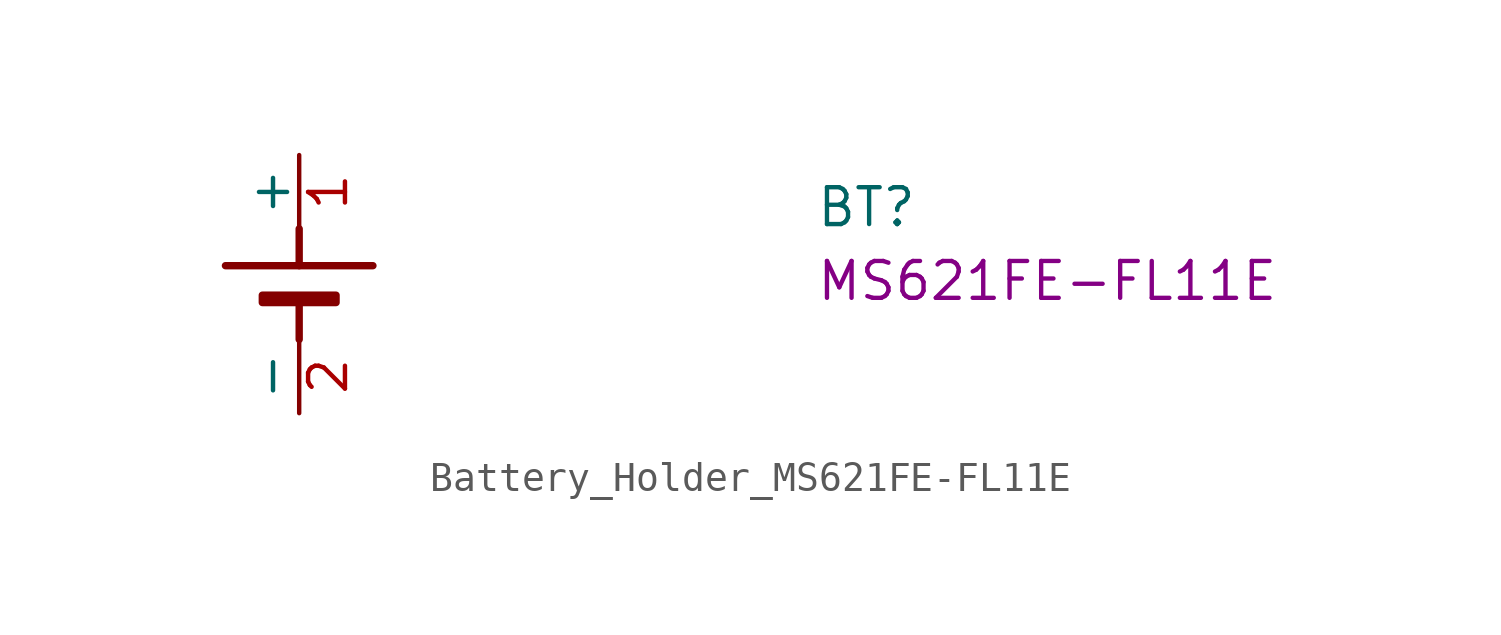
<source format=kicad_sym>
(kicad_symbol_lib
  (version 20220914)
  (generator kicad_symbol_editor)
  (symbol "Battery_Holder_MS621FE-FL11E"
    (pin_names
      (offset 0))
    (property "Reference" "BT"
      (at 17.78 -2.54 0)
      (effects (font (size 1.27 1.27) (thickness 0.15)) (justify left bottom)))
    (property "MPN" "MS621FE-FL11E"
      (at 17.78 -5.08 0)
      (effects (font (size 1.27 1.27) (thickness 0.15)) (justify left bottom)))
    (symbol "Battery_Holder_MS621FE-FL11E_0_1"
      (rectangle (start -1.27 -5.08) (end 1.27 -4.826) (stroke (width 0.254) (type default)) (fill (type outline)))
      (polyline (pts (xy 0 -2.54) (xy 0 -3.81)) (stroke (width 0.254) (type default)) (fill (type none))))
    (symbol "Battery_Holder_MS621FE-FL11E_1_1"
      (polyline (pts (xy -2.54 -3.81) (xy 2.54 -3.81)) (stroke (width 0.254) (type default)) (fill (type background)))
      (polyline (pts (xy 0 -6.35) (xy 0 -5.08)) (stroke (width 0.254) (type default)) (fill (type background)))
      (pin passive line (at 0 0 270) (length 2.54) (name "+" (effects (font (size 1.27 1.27)))) (number "1" (effects (font (size 1.27 1.27)))))
      (pin passive line (at 0 -8.89 90) (length 2.54) (name "-" (effects (font (size 1.27 1.27)))) (number "2" (effects (font (size 1.27 1.27))))))))
</source>
